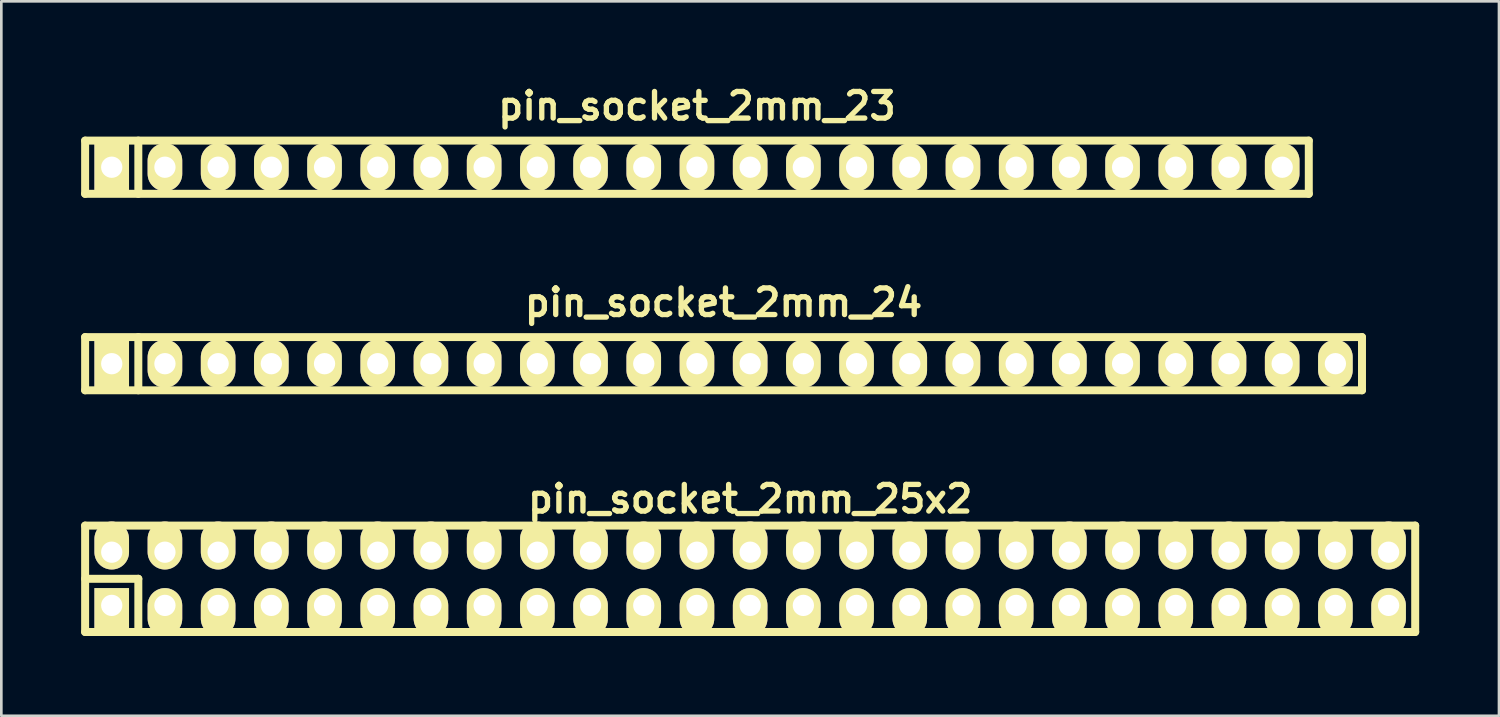
<source format=kicad_pcb>
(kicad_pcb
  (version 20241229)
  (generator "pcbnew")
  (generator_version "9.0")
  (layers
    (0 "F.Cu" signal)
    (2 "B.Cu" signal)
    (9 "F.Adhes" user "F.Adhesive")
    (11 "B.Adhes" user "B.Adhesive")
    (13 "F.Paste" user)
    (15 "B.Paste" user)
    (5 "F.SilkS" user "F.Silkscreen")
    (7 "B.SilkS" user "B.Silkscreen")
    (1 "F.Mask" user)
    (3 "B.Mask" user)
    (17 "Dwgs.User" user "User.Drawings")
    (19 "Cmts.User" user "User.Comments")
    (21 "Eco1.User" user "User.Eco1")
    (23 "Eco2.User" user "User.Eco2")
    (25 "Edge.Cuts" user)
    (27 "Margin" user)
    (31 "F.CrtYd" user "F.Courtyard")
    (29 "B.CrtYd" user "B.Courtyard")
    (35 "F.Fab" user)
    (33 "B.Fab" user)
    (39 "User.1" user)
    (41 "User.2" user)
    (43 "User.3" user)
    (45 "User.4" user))
  (footprint "pin_socket_2mm_25x2"
    (layer "F.Cu")
    (at 25.15 18.708)
    (property "Reference" "pin_socket_2mm_25x2" (at 0 -3 0) (layer "F.SilkS") (effects (font (size 1 1) (thickness 0.2))))
    (attr through_hole)
    (fp_line (start -25 -2) (end 25 -2) (stroke (width 0.3) (type solid)) (layer "F.SilkS"))
    (fp_line (start -25 0) (end -23 0) (stroke (width 0.3) (type solid)) (layer "F.SilkS"))
    (fp_line (start -25 2) (end -25 -2) (stroke (width 0.3) (type solid)) (layer "F.SilkS"))
    (fp_line (start -23 0) (end -23 2) (stroke (width 0.3) (type solid)) (layer "F.SilkS"))
    (fp_line (start 25 -2) (end 25 2) (stroke (width 0.3) (type solid)) (layer "F.SilkS"))
    (fp_line (start 25 2) (end -25 2) (stroke (width 0.3) (type solid)) (layer "F.SilkS"))
    (pad "1" thru_hole rect (at -24 1) (size 1.3 1.8) (drill 0.8 (offset 0 0.25)) (layers "*.Cu" "*.Mask" "F.SilkS"))
    (pad "2" thru_hole oval (at -24 -1) (size 1.3 1.8) (drill 0.8 (offset 0 -0.25)) (layers "*.Cu" "*.Mask" "F.SilkS"))
    (pad "3" thru_hole oval (at -22 1) (size 1.3 1.8) (drill 0.8 (offset 0 0.25)) (layers "*.Cu" "*.Mask" "F.SilkS"))
    (pad "4" thru_hole oval (at -22 -1) (size 1.3 1.8) (drill 0.8 (offset 0 -0.25)) (layers "*.Cu" "*.Mask" "F.SilkS"))
    (pad "5" thru_hole oval (at -20 1) (size 1.3 1.8) (drill 0.8 (offset 0 0.25)) (layers "*.Cu" "*.Mask" "F.SilkS"))
    (pad "6" thru_hole oval (at -20 -1) (size 1.3 1.8) (drill 0.8 (offset 0 -0.25)) (layers "*.Cu" "*.Mask" "F.SilkS"))
    (pad "7" thru_hole oval (at -18 1) (size 1.3 1.8) (drill 0.8 (offset 0 0.25)) (layers "*.Cu" "*.Mask" "F.SilkS"))
    (pad "8" thru_hole oval (at -18 -1) (size 1.3 1.8) (drill 0.8 (offset 0 -0.25)) (layers "*.Cu" "*.Mask" "F.SilkS"))
    (pad "9" thru_hole oval (at -16 1) (size 1.3 1.8) (drill 0.8 (offset 0 0.25)) (layers "*.Cu" "*.Mask" "F.SilkS"))
    (pad "10" thru_hole oval (at -16 -1) (size 1.3 1.8) (drill 0.8 (offset 0 -0.25)) (layers "*.Cu" "*.Mask" "F.SilkS"))
    (pad "11" thru_hole oval (at -14 1) (size 1.3 1.8) (drill 0.8 (offset 0 0.25)) (layers "*.Cu" "*.Mask" "F.SilkS"))
    (pad "12" thru_hole oval (at -14 -1) (size 1.3 1.8) (drill 0.8 (offset 0 -0.25)) (layers "*.Cu" "*.Mask" "F.SilkS"))
    (pad "13" thru_hole oval (at -12 1) (size 1.3 1.8) (drill 0.8 (offset 0 0.25)) (layers "*.Cu" "*.Mask" "F.SilkS"))
    (pad "14" thru_hole oval (at -12 -1) (size 1.3 1.8) (drill 0.8 (offset 0 -0.25)) (layers "*.Cu" "*.Mask" "F.SilkS"))
    (pad "15" thru_hole oval (at -10 1) (size 1.3 1.8) (drill 0.8 (offset 0 0.25)) (layers "*.Cu" "*.Mask" "F.SilkS"))
    (pad "16" thru_hole oval (at -10 -1) (size 1.3 1.8) (drill 0.8 (offset 0 -0.25)) (layers "*.Cu" "*.Mask" "F.SilkS"))
    (pad "17" thru_hole oval (at -8 1) (size 1.3 1.8) (drill 0.8 (offset 0 0.25)) (layers "*.Cu" "*.Mask" "F.SilkS"))
    (pad "18" thru_hole oval (at -8 -1) (size 1.3 1.8) (drill 0.8 (offset 0 -0.25)) (layers "*.Cu" "*.Mask" "F.SilkS"))
    (pad "19" thru_hole oval (at -6 1) (size 1.3 1.8) (drill 0.8 (offset 0 0.25)) (layers "*.Cu" "*.Mask" "F.SilkS"))
    (pad "20" thru_hole oval (at -6 -1) (size 1.3 1.8) (drill 0.8 (offset 0 -0.25)) (layers "*.Cu" "*.Mask" "F.SilkS"))
    (pad "21" thru_hole oval (at -4 1) (size 1.3 1.8) (drill 0.8 (offset 0 0.25)) (layers "*.Cu" "*.Mask" "F.SilkS"))
    (pad "22" thru_hole oval (at -4 -1) (size 1.3 1.8) (drill 0.8 (offset 0 -0.25)) (layers "*.Cu" "*.Mask" "F.SilkS"))
    (pad "23" thru_hole oval (at -2 1) (size 1.3 1.8) (drill 0.8 (offset 0 0.25)) (layers "*.Cu" "*.Mask" "F.SilkS"))
    (pad "24" thru_hole oval (at -2 -1) (size 1.3 1.8) (drill 0.8 (offset 0 -0.25)) (layers "*.Cu" "*.Mask" "F.SilkS"))
    (pad "25" thru_hole oval (at 0 1) (size 1.3 1.8) (drill 0.8 (offset 0 0.25)) (layers "*.Cu" "*.Mask" "F.SilkS"))
    (pad "26" thru_hole oval (at 0 -1) (size 1.3 1.8) (drill 0.8 (offset 0 -0.25)) (layers "*.Cu" "*.Mask" "F.SilkS"))
    (pad "27" thru_hole oval (at 2 1) (size 1.3 1.8) (drill 0.8 (offset 0 0.25)) (layers "*.Cu" "*.Mask" "F.SilkS"))
    (pad "28" thru_hole oval (at 2 -1) (size 1.3 1.8) (drill 0.8 (offset 0 -0.25)) (layers "*.Cu" "*.Mask" "F.SilkS"))
    (pad "29" thru_hole oval (at 4 1) (size 1.3 1.8) (drill 0.8 (offset 0 0.25)) (layers "*.Cu" "*.Mask" "F.SilkS"))
    (pad "30" thru_hole oval (at 4 -1) (size 1.3 1.8) (drill 0.8 (offset 0 -0.25)) (layers "*.Cu" "*.Mask" "F.SilkS"))
    (pad "31" thru_hole oval (at 6 1) (size 1.3 1.8) (drill 0.8 (offset 0 0.25)) (layers "*.Cu" "*.Mask" "F.SilkS"))
    (pad "32" thru_hole oval (at 6 -1) (size 1.3 1.8) (drill 0.8 (offset 0 -0.25)) (layers "*.Cu" "*.Mask" "F.SilkS"))
    (pad "33" thru_hole oval (at 8 1) (size 1.3 1.8) (drill 0.8 (offset 0 0.25)) (layers "*.Cu" "*.Mask" "F.SilkS"))
    (pad "34" thru_hole oval (at 8 -1) (size 1.3 1.8) (drill 0.8 (offset 0 -0.25)) (layers "*.Cu" "*.Mask" "F.SilkS"))
    (pad "35" thru_hole oval (at 10 1) (size 1.3 1.8) (drill 0.8 (offset 0 0.25)) (layers "*.Cu" "*.Mask" "F.SilkS"))
    (pad "36" thru_hole oval (at 10 -1) (size 1.3 1.8) (drill 0.8 (offset 0 -0.25)) (layers "*.Cu" "*.Mask" "F.SilkS"))
    (pad "37" thru_hole oval (at 12 1) (size 1.3 1.8) (drill 0.8 (offset 0 0.25)) (layers "*.Cu" "*.Mask" "F.SilkS"))
    (pad "38" thru_hole oval (at 12 -1) (size 1.3 1.8) (drill 0.8 (offset 0 -0.25)) (layers "*.Cu" "*.Mask" "F.SilkS"))
    (pad "39" thru_hole oval (at 14 1) (size 1.3 1.8) (drill 0.8 (offset 0 0.25)) (layers "*.Cu" "*.Mask" "F.SilkS"))
    (pad "40" thru_hole oval (at 14 -1) (size 1.3 1.8) (drill 0.8 (offset 0 -0.25)) (layers "*.Cu" "*.Mask" "F.SilkS"))
    (pad "41" thru_hole oval (at 16 1) (size 1.3 1.8) (drill 0.8 (offset 0 0.25)) (layers "*.Cu" "*.Mask" "F.SilkS"))
    (pad "42" thru_hole oval (at 16 -1) (size 1.3 1.8) (drill 0.8 (offset 0 -0.25)) (layers "*.Cu" "*.Mask" "F.SilkS"))
    (pad "43" thru_hole oval (at 18 1) (size 1.3 1.8) (drill 0.8 (offset 0 0.25)) (layers "*.Cu" "*.Mask" "F.SilkS"))
    (pad "44" thru_hole oval (at 18 -1) (size 1.3 1.8) (drill 0.8 (offset 0 -0.25)) (layers "*.Cu" "*.Mask" "F.SilkS"))
    (pad "45" thru_hole oval (at 20 1) (size 1.3 1.8) (drill 0.8 (offset 0 0.25)) (layers "*.Cu" "*.Mask" "F.SilkS"))
    (pad "46" thru_hole oval (at 20 -1) (size 1.3 1.8) (drill 0.8 (offset 0 -0.25)) (layers "*.Cu" "*.Mask" "F.SilkS"))
    (pad "47" thru_hole oval (at 22 1) (size 1.3 1.8) (drill 0.8 (offset 0 0.25)) (layers "*.Cu" "*.Mask" "F.SilkS"))
    (pad "48" thru_hole oval (at 22 -1) (size 1.3 1.8) (drill 0.8 (offset 0 -0.25)) (layers "*.Cu" "*.Mask" "F.SilkS"))
    (pad "49" thru_hole oval (at 24 1) (size 1.3 1.8) (drill 0.8 (offset 0 0.25)) (layers "*.Cu" "*.Mask" "F.SilkS"))
    (pad "50" thru_hole oval (at 24 -1) (size 1.3 1.8) (drill 0.8 (offset 0 -0.25)) (layers "*.Cu" "*.Mask" "F.SilkS")))
  (footprint "pin_socket_2mm_24"
    (layer "F.Cu")
    (at 24.15 10.622)
    (property "Reference" "pin_socket_2mm_24" (at 0 -2.3 0) (layer "F.SilkS") (effects (font (size 1 1) (thickness 0.2))))
    (attr through_hole)
    (fp_line (start -24 -1) (end 24 -1) (stroke (width 0.3) (type solid)) (layer "F.SilkS"))
    (fp_line (start -24 1) (end -24 -1) (stroke (width 0.3) (type solid)) (layer "F.SilkS"))
    (fp_line (start -22 -1) (end -22 1) (stroke (width 0.3) (type solid)) (layer "F.SilkS"))
    (fp_line (start 24 -1) (end 24 1) (stroke (width 0.3) (type solid)) (layer "F.SilkS"))
    (fp_line (start 24 1) (end -24 1) (stroke (width 0.3) (type solid)) (layer "F.SilkS"))
    (pad "1" thru_hole rect (at -23 0) (size 1.3 1.8) (drill 0.8) (layers "*.Cu" "*.Mask" "F.SilkS"))
    (pad "2" thru_hole oval (at -21 0) (size 1.3 1.8) (drill 0.8) (layers "*.Cu" "*.Mask" "F.SilkS"))
    (pad "3" thru_hole oval (at -19 0) (size 1.3 1.8) (drill 0.8) (layers "*.Cu" "*.Mask" "F.SilkS"))
    (pad "4" thru_hole oval (at -17 0) (size 1.3 1.8) (drill 0.8) (layers "*.Cu" "*.Mask" "F.SilkS"))
    (pad "5" thru_hole oval (at -15 0) (size 1.3 1.8) (drill 0.8) (layers "*.Cu" "*.Mask" "F.SilkS"))
    (pad "6" thru_hole oval (at -13 0) (size 1.3 1.8) (drill 0.8) (layers "*.Cu" "*.Mask" "F.SilkS"))
    (pad "7" thru_hole oval (at -11 0) (size 1.3 1.8) (drill 0.8) (layers "*.Cu" "*.Mask" "F.SilkS"))
    (pad "8" thru_hole oval (at -9 0) (size 1.3 1.8) (drill 0.8) (layers "*.Cu" "*.Mask" "F.SilkS"))
    (pad "9" thru_hole oval (at -7 0) (size 1.3 1.8) (drill 0.8) (layers "*.Cu" "*.Mask" "F.SilkS"))
    (pad "10" thru_hole oval (at -5 0) (size 1.3 1.8) (drill 0.8) (layers "*.Cu" "*.Mask" "F.SilkS"))
    (pad "11" thru_hole oval (at -3 0) (size 1.3 1.8) (drill 0.8) (layers "*.Cu" "*.Mask" "F.SilkS"))
    (pad "12" thru_hole oval (at -1 0) (size 1.3 1.8) (drill 0.8) (layers "*.Cu" "*.Mask" "F.SilkS"))
    (pad "13" thru_hole oval (at 1 0) (size 1.3 1.8) (drill 0.8) (layers "*.Cu" "*.Mask" "F.SilkS"))
    (pad "14" thru_hole oval (at 3 0) (size 1.3 1.8) (drill 0.8) (layers "*.Cu" "*.Mask" "F.SilkS"))
    (pad "15" thru_hole oval (at 5 0) (size 1.3 1.8) (drill 0.8) (layers "*.Cu" "*.Mask" "F.SilkS"))
    (pad "16" thru_hole oval (at 7 0) (size 1.3 1.8) (drill 0.8) (layers "*.Cu" "*.Mask" "F.SilkS"))
    (pad "17" thru_hole oval (at 9 0) (size 1.3 1.8) (drill 0.8) (layers "*.Cu" "*.Mask" "F.SilkS"))
    (pad "18" thru_hole oval (at 11 0) (size 1.3 1.8) (drill 0.8) (layers "*.Cu" "*.Mask" "F.SilkS"))
    (pad "19" thru_hole oval (at 13 0) (size 1.3 1.8) (drill 0.8) (layers "*.Cu" "*.Mask" "F.SilkS"))
    (pad "20" thru_hole oval (at 15 0) (size 1.3 1.8) (drill 0.8) (layers "*.Cu" "*.Mask" "F.SilkS"))
    (pad "21" thru_hole oval (at 17 0) (size 1.3 1.8) (drill 0.8) (layers "*.Cu" "*.Mask" "F.SilkS"))
    (pad "22" thru_hole oval (at 19 0) (size 1.3 1.8) (drill 0.8) (layers "*.Cu" "*.Mask" "F.SilkS"))
    (pad "23" thru_hole oval (at 21 0) (size 1.3 1.8) (drill 0.8) (layers "*.Cu" "*.Mask" "F.SilkS"))
    (pad "24" thru_hole oval (at 23 0) (size 1.3 1.8) (drill 0.8) (layers "*.Cu" "*.Mask" "F.SilkS")))
  (footprint "pin_socket_2mm_23"
    (layer "F.Cu")
    (at 23.15 3.236)
    (property "Reference" "pin_socket_2mm_23" (at 0 -2.3 0) (layer "F.SilkS") (effects (font (size 1 1) (thickness 0.2))))
    (attr through_hole)
    (fp_line (start -23 -1) (end 23 -1) (stroke (width 0.3) (type solid)) (layer "F.SilkS"))
    (fp_line (start -23 1) (end -23 -1) (stroke (width 0.3) (type solid)) (layer "F.SilkS"))
    (fp_line (start -21 -1) (end -21 1) (stroke (width 0.3) (type solid)) (layer "F.SilkS"))
    (fp_line (start 23 -1) (end 23 1) (stroke (width 0.3) (type solid)) (layer "F.SilkS"))
    (fp_line (start 23 1) (end -23 1) (stroke (width 0.3) (type solid)) (layer "F.SilkS"))
    (pad "1" thru_hole rect (at -22 0) (size 1.3 1.8) (drill 0.8) (layers "*.Cu" "*.Mask" "F.SilkS"))
    (pad "2" thru_hole oval (at -20 0) (size 1.3 1.8) (drill 0.8) (layers "*.Cu" "*.Mask" "F.SilkS"))
    (pad "3" thru_hole oval (at -18 0) (size 1.3 1.8) (drill 0.8) (layers "*.Cu" "*.Mask" "F.SilkS"))
    (pad "4" thru_hole oval (at -16 0) (size 1.3 1.8) (drill 0.8) (layers "*.Cu" "*.Mask" "F.SilkS"))
    (pad "5" thru_hole oval (at -14 0) (size 1.3 1.8) (drill 0.8) (layers "*.Cu" "*.Mask" "F.SilkS"))
    (pad "6" thru_hole oval (at -12 0) (size 1.3 1.8) (drill 0.8) (layers "*.Cu" "*.Mask" "F.SilkS"))
    (pad "7" thru_hole oval (at -10 0) (size 1.3 1.8) (drill 0.8) (layers "*.Cu" "*.Mask" "F.SilkS"))
    (pad "8" thru_hole oval (at -8 0) (size 1.3 1.8) (drill 0.8) (layers "*.Cu" "*.Mask" "F.SilkS"))
    (pad "9" thru_hole oval (at -6 0) (size 1.3 1.8) (drill 0.8) (layers "*.Cu" "*.Mask" "F.SilkS"))
    (pad "10" thru_hole oval (at -4 0) (size 1.3 1.8) (drill 0.8) (layers "*.Cu" "*.Mask" "F.SilkS"))
    (pad "11" thru_hole oval (at -2 0) (size 1.3 1.8) (drill 0.8) (layers "*.Cu" "*.Mask" "F.SilkS"))
    (pad "12" thru_hole oval (at 0 0) (size 1.3 1.8) (drill 0.8) (layers "*.Cu" "*.Mask" "F.SilkS"))
    (pad "13" thru_hole oval (at 2 0) (size 1.3 1.8) (drill 0.8) (layers "*.Cu" "*.Mask" "F.SilkS"))
    (pad "14" thru_hole oval (at 4 0) (size 1.3 1.8) (drill 0.8) (layers "*.Cu" "*.Mask" "F.SilkS"))
    (pad "15" thru_hole oval (at 6 0) (size 1.3 1.8) (drill 0.8) (layers "*.Cu" "*.Mask" "F.SilkS"))
    (pad "16" thru_hole oval (at 8 0) (size 1.3 1.8) (drill 0.8) (layers "*.Cu" "*.Mask" "F.SilkS"))
    (pad "17" thru_hole oval (at 10 0) (size 1.3 1.8) (drill 0.8) (layers "*.Cu" "*.Mask" "F.SilkS"))
    (pad "18" thru_hole oval (at 12 0) (size 1.3 1.8) (drill 0.8) (layers "*.Cu" "*.Mask" "F.SilkS"))
    (pad "19" thru_hole oval (at 14 0) (size 1.3 1.8) (drill 0.8) (layers "*.Cu" "*.Mask" "F.SilkS"))
    (pad "20" thru_hole oval (at 16 0) (size 1.3 1.8) (drill 0.8) (layers "*.Cu" "*.Mask" "F.SilkS"))
    (pad "21" thru_hole oval (at 18 0) (size 1.3 1.8) (drill 0.8) (layers "*.Cu" "*.Mask" "F.SilkS"))
    (pad "22" thru_hole oval (at 20 0) (size 1.3 1.8) (drill 0.8) (layers "*.Cu" "*.Mask" "F.SilkS"))
    (pad "23" thru_hole oval (at 22 0) (size 1.3 1.8) (drill 0.8) (layers "*.Cu" "*.Mask" "F.SilkS")))
  (gr_rect
    (start -3 -3)
    (end 53.3 23.858)
    (stroke (width 0.1) (type default))
    (fill no)
    (layer "Edge.Cuts")))
</source>
